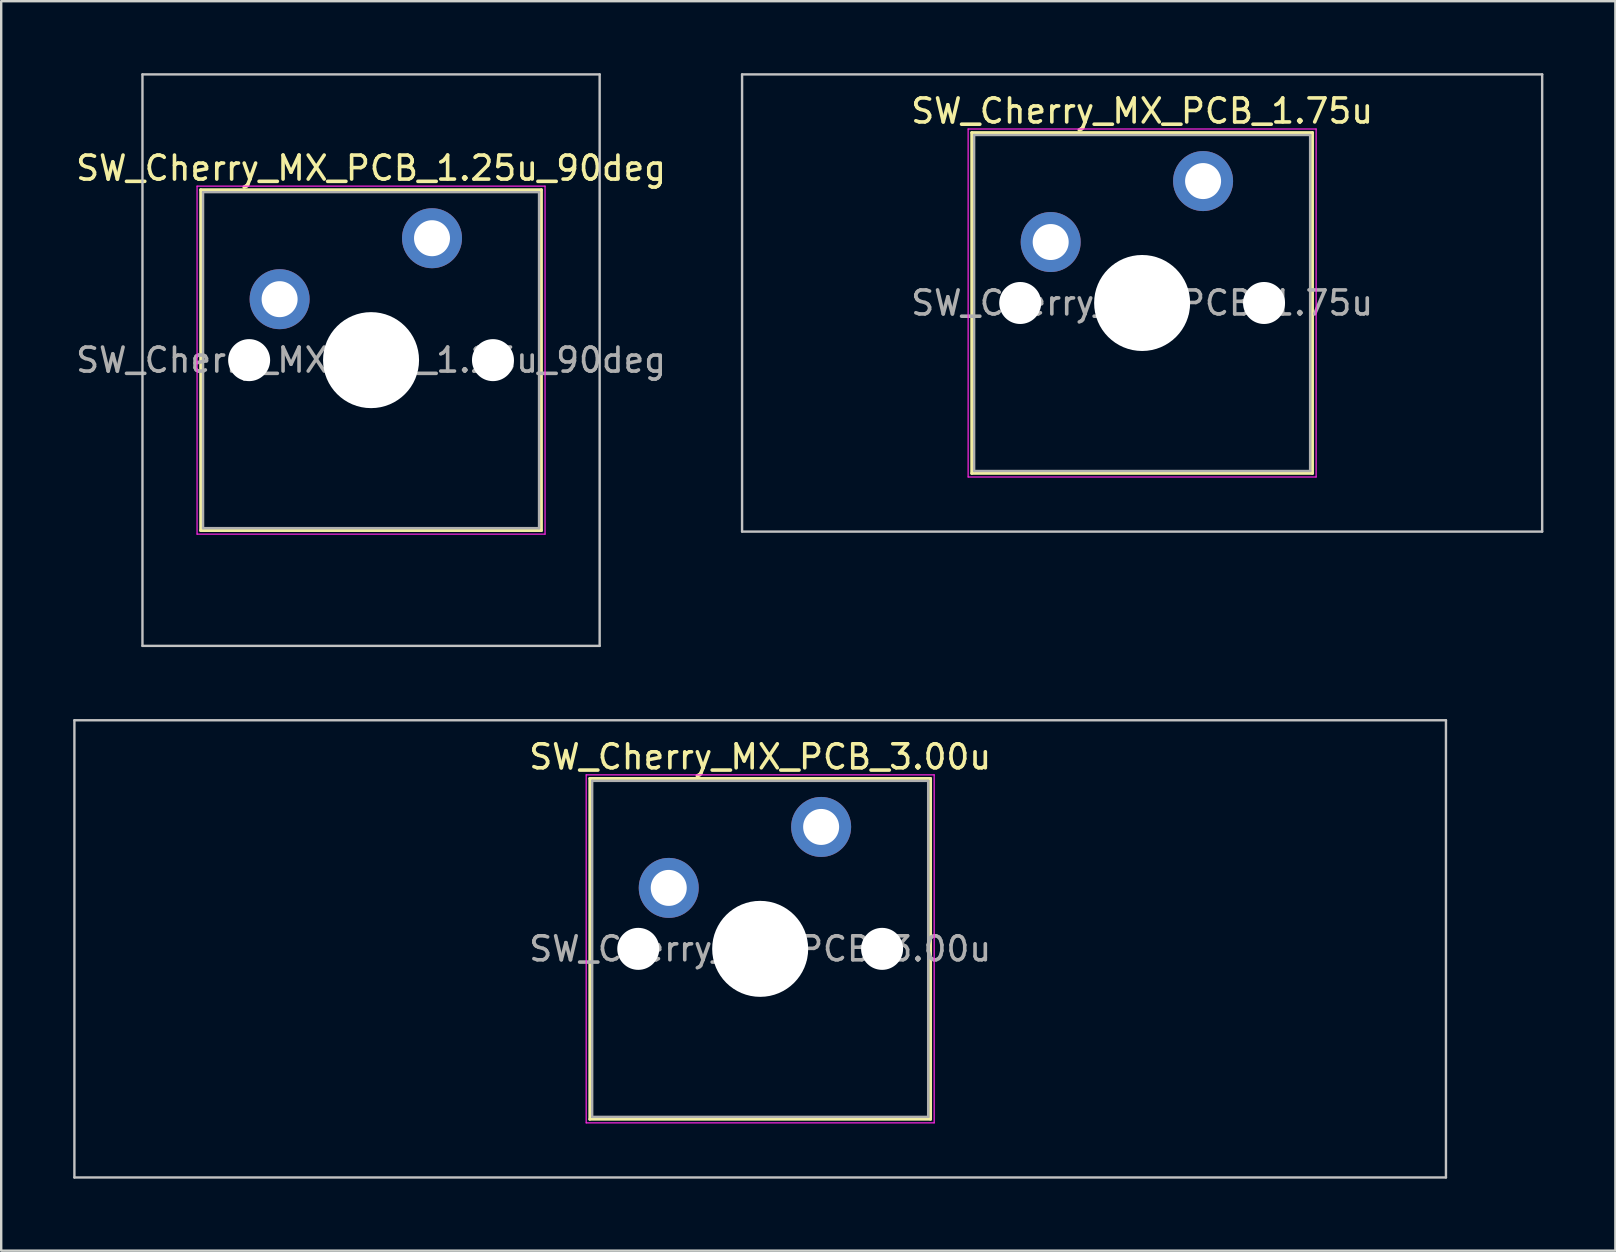
<source format=kicad_pcb>
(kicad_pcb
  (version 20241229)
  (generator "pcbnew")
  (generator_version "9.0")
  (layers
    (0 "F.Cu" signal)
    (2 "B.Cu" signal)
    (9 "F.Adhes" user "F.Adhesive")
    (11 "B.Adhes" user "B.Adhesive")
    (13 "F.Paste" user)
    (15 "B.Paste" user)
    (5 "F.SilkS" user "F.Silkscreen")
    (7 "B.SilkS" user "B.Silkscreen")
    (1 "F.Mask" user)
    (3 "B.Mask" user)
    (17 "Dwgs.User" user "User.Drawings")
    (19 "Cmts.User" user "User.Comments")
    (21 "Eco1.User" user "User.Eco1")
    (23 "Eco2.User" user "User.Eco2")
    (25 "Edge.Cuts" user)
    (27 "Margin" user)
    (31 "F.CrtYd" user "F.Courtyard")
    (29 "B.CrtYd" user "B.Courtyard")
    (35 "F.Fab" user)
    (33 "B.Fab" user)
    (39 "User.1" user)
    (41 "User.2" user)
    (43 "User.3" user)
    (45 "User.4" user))
  (footprint "SW_Cherry_MX_PCB_3.00u"
    (layer "F.Cu")
    (at 28.625 36.487)
    (property "Reference" "SW_Cherry_MX_PCB_3.00u" (at 0 -8 0) (layer "F.SilkS") (effects (font (size 1 1) (thickness 0.15))))
    (attr through_hole)
    (fp_line (start -7.1 -7.1) (end -7.1 7.1) (stroke (width 0.12) (type solid)) (layer "F.SilkS"))
    (fp_line (start -7.1 7.1) (end 7.1 7.1) (stroke (width 0.12) (type solid)) (layer "F.SilkS"))
    (fp_line (start 7.1 -7.1) (end -7.1 -7.1) (stroke (width 0.12) (type solid)) (layer "F.SilkS"))
    (fp_line (start 7.1 7.1) (end 7.1 -7.1) (stroke (width 0.12) (type solid)) (layer "F.SilkS"))
    (fp_line (start -28.575 -9.525) (end -28.575 9.525) (stroke (width 0.1) (type solid)) (layer "Dwgs.User"))
    (fp_line (start -28.575 9.525) (end 28.575 9.525) (stroke (width 0.1) (type solid)) (layer "Dwgs.User"))
    (fp_line (start 28.575 -9.525) (end -28.575 -9.525) (stroke (width 0.1) (type solid)) (layer "Dwgs.User"))
    (fp_line (start 28.575 9.525) (end 28.575 -9.525) (stroke (width 0.1) (type solid)) (layer "Dwgs.User"))
    (fp_line (start -7 -7) (end -7 7) (stroke (width 0.1) (type solid)) (layer "Eco1.User"))
    (fp_line (start -7 7) (end 7 7) (stroke (width 0.1) (type solid)) (layer "Eco1.User"))
    (fp_line (start 7 -7) (end -7 -7) (stroke (width 0.1) (type solid)) (layer "Eco1.User"))
    (fp_line (start 7 7) (end 7 -7) (stroke (width 0.1) (type solid)) (layer "Eco1.User"))
    (fp_line (start -7.25 -7.25) (end -7.25 7.25) (stroke (width 0.05) (type solid)) (layer "F.CrtYd"))
    (fp_line (start -7.25 7.25) (end 7.25 7.25) (stroke (width 0.05) (type solid)) (layer "F.CrtYd"))
    (fp_line (start 7.25 -7.25) (end -7.25 -7.25) (stroke (width 0.05) (type solid)) (layer "F.CrtYd"))
    (fp_line (start 7.25 7.25) (end 7.25 -7.25) (stroke (width 0.05) (type solid)) (layer "F.CrtYd"))
    (fp_line (start -7 -7) (end -7 7) (stroke (width 0.1) (type solid)) (layer "F.Fab"))
    (fp_line (start -7 7) (end 7 7) (stroke (width 0.1) (type solid)) (layer "F.Fab"))
    (fp_line (start 7 -7) (end -7 -7) (stroke (width 0.1) (type solid)) (layer "F.Fab"))
    (fp_line (start 7 7) (end 7 -7) (stroke (width 0.1) (type solid)) (layer "F.Fab"))
    (fp_text user "${REFERENCE}" (at 0 0 0) (layer "F.Fab") (effects (font (size 1 1) (thickness 0.15))))
    (pad "" np_thru_hole circle (at -5.08 0) (size 1.75 1.75) (drill 1.75) (layers "*.Cu" "*.Mask"))
    (pad "" smd circle (at -3.81 -2.54) (size 1.55 1.55) (layers "F.Mask"))
    (pad "" np_thru_hole circle (at 0 0) (size 4 4) (drill 4) (layers "*.Cu" "*.Mask"))
    (pad "" smd circle (at 2.54 -5.08) (size 1.55 1.55) (layers "F.Mask"))
    (pad "" np_thru_hole circle (at 5.08 0) (size 1.75 1.75) (drill 1.75) (layers "*.Cu" "*.Mask"))
    (pad "1" thru_hole circle (at -3.81 -2.54) (size 2.5 2.5) (drill 1.5) (layers "*.Cu" "B.Mask"))
    (pad "2" thru_hole circle (at 2.54 -5.08) (size 2.5 2.5) (drill 1.5) (layers "*.Cu" "B.Mask")))
  (footprint "SW_Cherry_MX_PCB_1.75u"
    (layer "F.Cu")
    (at 44.54 9.575)
    (property "Reference" "SW_Cherry_MX_PCB_1.75u" (at 0 -8 0) (layer "F.SilkS") (effects (font (size 1 1) (thickness 0.15))))
    (attr through_hole)
    (fp_line (start -7.1 -7.1) (end -7.1 7.1) (stroke (width 0.12) (type solid)) (layer "F.SilkS"))
    (fp_line (start -7.1 7.1) (end 7.1 7.1) (stroke (width 0.12) (type solid)) (layer "F.SilkS"))
    (fp_line (start 7.1 -7.1) (end -7.1 -7.1) (stroke (width 0.12) (type solid)) (layer "F.SilkS"))
    (fp_line (start 7.1 7.1) (end 7.1 -7.1) (stroke (width 0.12) (type solid)) (layer "F.SilkS"))
    (fp_line (start -16.669 -9.525) (end -16.669 9.525) (stroke (width 0.1) (type solid)) (layer "Dwgs.User"))
    (fp_line (start -16.669 9.525) (end 16.669 9.525) (stroke (width 0.1) (type solid)) (layer "Dwgs.User"))
    (fp_line (start 16.669 -9.525) (end -16.669 -9.525) (stroke (width 0.1) (type solid)) (layer "Dwgs.User"))
    (fp_line (start 16.669 9.525) (end 16.669 -9.525) (stroke (width 0.1) (type solid)) (layer "Dwgs.User"))
    (fp_line (start -7 -7) (end -7 7) (stroke (width 0.1) (type solid)) (layer "Eco1.User"))
    (fp_line (start -7 7) (end 7 7) (stroke (width 0.1) (type solid)) (layer "Eco1.User"))
    (fp_line (start 7 -7) (end -7 -7) (stroke (width 0.1) (type solid)) (layer "Eco1.User"))
    (fp_line (start 7 7) (end 7 -7) (stroke (width 0.1) (type solid)) (layer "Eco1.User"))
    (fp_line (start -7.25 -7.25) (end -7.25 7.25) (stroke (width 0.05) (type solid)) (layer "F.CrtYd"))
    (fp_line (start -7.25 7.25) (end 7.25 7.25) (stroke (width 0.05) (type solid)) (layer "F.CrtYd"))
    (fp_line (start 7.25 -7.25) (end -7.25 -7.25) (stroke (width 0.05) (type solid)) (layer "F.CrtYd"))
    (fp_line (start 7.25 7.25) (end 7.25 -7.25) (stroke (width 0.05) (type solid)) (layer "F.CrtYd"))
    (fp_line (start -7 -7) (end -7 7) (stroke (width 0.1) (type solid)) (layer "F.Fab"))
    (fp_line (start -7 7) (end 7 7) (stroke (width 0.1) (type solid)) (layer "F.Fab"))
    (fp_line (start 7 -7) (end -7 -7) (stroke (width 0.1) (type solid)) (layer "F.Fab"))
    (fp_line (start 7 7) (end 7 -7) (stroke (width 0.1) (type solid)) (layer "F.Fab"))
    (fp_text user "${REFERENCE}" (at 0 0 0) (layer "F.Fab") (effects (font (size 1 1) (thickness 0.15))))
    (pad "" np_thru_hole circle (at -5.08 0) (size 1.75 1.75) (drill 1.75) (layers "*.Cu" "*.Mask"))
    (pad "" smd circle (at -3.81 -2.54) (size 1.55 1.55) (layers "F.Mask"))
    (pad "" np_thru_hole circle (at 0 0) (size 4 4) (drill 4) (layers "*.Cu" "*.Mask"))
    (pad "" smd circle (at 2.54 -5.08) (size 1.55 1.55) (layers "F.Mask"))
    (pad "" np_thru_hole circle (at 5.08 0) (size 1.75 1.75) (drill 1.75) (layers "*.Cu" "*.Mask"))
    (pad "1" thru_hole circle (at -3.81 -2.54) (size 2.5 2.5) (drill 1.5) (layers "*.Cu" "B.Mask"))
    (pad "2" thru_hole circle (at 2.54 -5.08) (size 2.5 2.5) (drill 1.5) (layers "*.Cu" "B.Mask")))
  (footprint "SW_Cherry_MX_PCB_1.25u_90deg"
    (layer "F.Cu")
    (at 12.411 11.956)
    (property "Reference" "SW_Cherry_MX_PCB_1.25u_90deg" (at 0 -8 0) (layer "F.SilkS") (effects (font (size 1 1) (thickness 0.15))))
    (attr through_hole)
    (fp_line (start -7.1 -7.1) (end -7.1 7.1) (stroke (width 0.12) (type solid)) (layer "F.SilkS"))
    (fp_line (start -7.1 7.1) (end 7.1 7.1) (stroke (width 0.12) (type solid)) (layer "F.SilkS"))
    (fp_line (start 7.1 -7.1) (end -7.1 -7.1) (stroke (width 0.12) (type solid)) (layer "F.SilkS"))
    (fp_line (start 7.1 7.1) (end 7.1 -7.1) (stroke (width 0.12) (type solid)) (layer "F.SilkS"))
    (fp_line (start -9.525 -11.906) (end 9.525 -11.906) (stroke (width 0.1) (type solid)) (layer "Dwgs.User"))
    (fp_line (start -9.525 11.906) (end -9.525 -11.906) (stroke (width 0.1) (type solid)) (layer "Dwgs.User"))
    (fp_line (start 9.525 -11.906) (end 9.525 11.906) (stroke (width 0.1) (type solid)) (layer "Dwgs.User"))
    (fp_line (start 9.525 11.906) (end -9.525 11.906) (stroke (width 0.1) (type solid)) (layer "Dwgs.User"))
    (fp_line (start -7 -7) (end -7 7) (stroke (width 0.1) (type solid)) (layer "Eco1.User"))
    (fp_line (start -7 7) (end 7 7) (stroke (width 0.1) (type solid)) (layer "Eco1.User"))
    (fp_line (start 7 -7) (end -7 -7) (stroke (width 0.1) (type solid)) (layer "Eco1.User"))
    (fp_line (start 7 7) (end 7 -7) (stroke (width 0.1) (type solid)) (layer "Eco1.User"))
    (fp_line (start -7.25 -7.25) (end -7.25 7.25) (stroke (width 0.05) (type solid)) (layer "F.CrtYd"))
    (fp_line (start -7.25 7.25) (end 7.25 7.25) (stroke (width 0.05) (type solid)) (layer "F.CrtYd"))
    (fp_line (start 7.25 -7.25) (end -7.25 -7.25) (stroke (width 0.05) (type solid)) (layer "F.CrtYd"))
    (fp_line (start 7.25 7.25) (end 7.25 -7.25) (stroke (width 0.05) (type solid)) (layer "F.CrtYd"))
    (fp_line (start -7 -7) (end -7 7) (stroke (width 0.1) (type solid)) (layer "F.Fab"))
    (fp_line (start -7 7) (end 7 7) (stroke (width 0.1) (type solid)) (layer "F.Fab"))
    (fp_line (start 7 -7) (end -7 -7) (stroke (width 0.1) (type solid)) (layer "F.Fab"))
    (fp_line (start 7 7) (end 7 -7) (stroke (width 0.1) (type solid)) (layer "F.Fab"))
    (fp_text user "${REFERENCE}" (at 0 0 0) (layer "F.Fab") (effects (font (size 1 1) (thickness 0.15))))
    (pad "" np_thru_hole circle (at -5.08 0) (size 1.75 1.75) (drill 1.75) (layers "*.Cu" "*.Mask"))
    (pad "" smd circle (at -3.81 -2.54) (size 1.55 1.55) (layers "F.Mask"))
    (pad "" np_thru_hole circle (at 0 0) (size 4 4) (drill 4) (layers "*.Cu" "*.Mask"))
    (pad "" smd circle (at 2.54 -5.08) (size 1.55 1.55) (layers "F.Mask"))
    (pad "" np_thru_hole circle (at 5.08 0) (size 1.75 1.75) (drill 1.75) (layers "*.Cu" "*.Mask"))
    (pad "1" thru_hole circle (at -3.81 -2.54) (size 2.5 2.5) (drill 1.5) (layers "*.Cu" "B.Mask"))
    (pad "2" thru_hole circle (at 2.54 -5.08) (size 2.5 2.5) (drill 1.5) (layers "*.Cu" "B.Mask")))
  (gr_rect
    (start -3 -3)
    (end 64.259 49.062)
    (stroke (width 0.1) (type default))
    (fill no)
    (layer "Edge.Cuts")))
</source>
